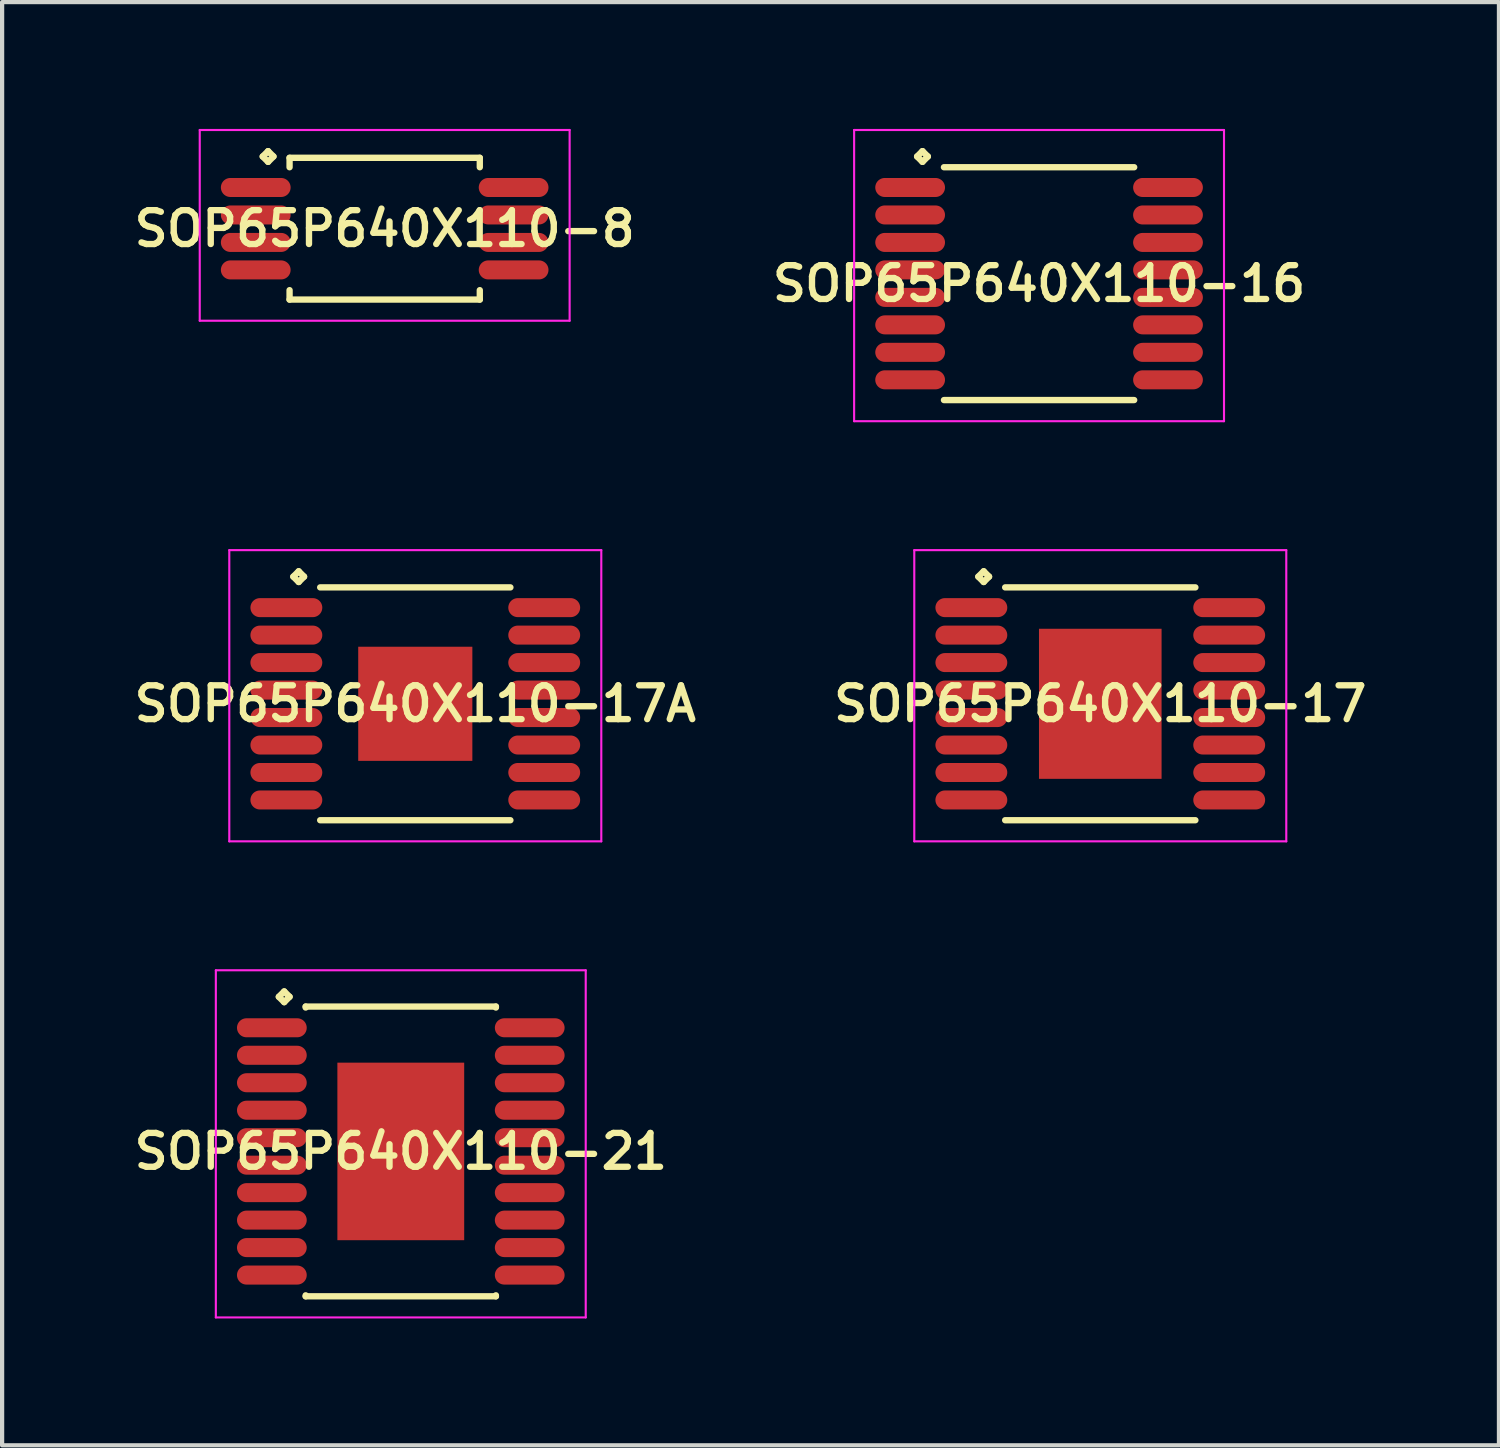
<source format=kicad_pcb>
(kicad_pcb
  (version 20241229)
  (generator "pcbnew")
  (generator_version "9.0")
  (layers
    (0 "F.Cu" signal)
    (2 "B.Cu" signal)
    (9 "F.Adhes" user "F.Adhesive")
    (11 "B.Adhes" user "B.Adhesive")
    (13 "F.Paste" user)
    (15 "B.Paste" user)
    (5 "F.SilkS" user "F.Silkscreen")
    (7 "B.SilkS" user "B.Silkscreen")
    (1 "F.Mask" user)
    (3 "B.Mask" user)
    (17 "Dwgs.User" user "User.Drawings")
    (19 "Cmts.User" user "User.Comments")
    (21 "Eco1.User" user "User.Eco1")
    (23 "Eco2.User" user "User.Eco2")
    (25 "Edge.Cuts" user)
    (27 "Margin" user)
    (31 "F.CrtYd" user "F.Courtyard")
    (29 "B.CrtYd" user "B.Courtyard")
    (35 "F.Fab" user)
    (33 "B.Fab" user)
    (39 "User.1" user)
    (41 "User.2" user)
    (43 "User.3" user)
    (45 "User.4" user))
  (footprint "SOP65P640X110-8"
    (layer "F.Cu")
    (at 6.05 2.36)
    (property "Reference" "SOP65P640X110-8" (at 0 0 0) (layer "F.SilkS") (effects (font (size 0.8 0.8) (thickness 0.15))))
    (attr smd)
    (fp_line (start -2.885 -1.708) (end -2.758 -1.835) (stroke (width 0.15) (type solid)) (layer "F.SilkS"))
    (fp_line (start -2.758 -1.835) (end -2.631 -1.708) (stroke (width 0.15) (type solid)) (layer "F.SilkS"))
    (fp_line (start -2.758 -1.581) (end -2.885 -1.708) (stroke (width 0.15) (type solid)) (layer "F.SilkS"))
    (fp_line (start -2.631 -1.708) (end -2.758 -1.581) (stroke (width 0.15) (type solid)) (layer "F.SilkS"))
    (fp_line (start -2.25 -1.677) (end 2.25 -1.677) (stroke (width 0.15) (type solid)) (layer "F.SilkS"))
    (fp_line (start -2.25 -1.454) (end -2.25 -1.677) (stroke (width 0.15) (type solid)) (layer "F.SilkS"))
    (fp_line (start -2.25 1.454) (end -2.25 1.677) (stroke (width 0.15) (type solid)) (layer "F.SilkS"))
    (fp_line (start -2.25 1.677) (end 2.25 1.677) (stroke (width 0.15) (type solid)) (layer "F.SilkS"))
    (fp_line (start 2.25 -1.677) (end 2.25 -1.454) (stroke (width 0.15) (type solid)) (layer "F.SilkS"))
    (fp_line (start 2.25 1.677) (end 2.25 1.454) (stroke (width 0.15) (type solid)) (layer "F.SilkS"))
    (fp_line (start -4.375 -2.335) (end 4.375 -2.335) (stroke (width 0.05) (type solid)) (layer "F.CrtYd"))
    (fp_line (start -4.375 2.177) (end -4.375 -2.335) (stroke (width 0.05) (type solid)) (layer "F.CrtYd"))
    (fp_line (start 4.375 -2.335) (end 4.375 2.177) (stroke (width 0.05) (type solid)) (layer "F.CrtYd"))
    (fp_line (start 4.375 2.177) (end -4.375 2.177) (stroke (width 0.05) (type solid)) (layer "F.CrtYd"))
    (pad "1" smd oval (at -3.05 -0.975) (size 1.65 0.45) (layers "F.Cu" "F.Mask" "F.Paste"))
    (pad "2" smd oval (at -3.05 -0.325) (size 1.65 0.45) (layers "F.Cu" "F.Mask" "F.Paste"))
    (pad "3" smd oval (at -3.05 0.325) (size 1.65 0.45) (layers "F.Cu" "F.Mask" "F.Paste"))
    (pad "4" smd oval (at -3.05 0.975) (size 1.65 0.45) (layers "F.Cu" "F.Mask" "F.Paste"))
    (pad "5" smd oval (at 3.05 0.975) (size 1.65 0.45) (layers "F.Cu" "F.Mask" "F.Paste"))
    (pad "6" smd oval (at 3.05 0.325) (size 1.65 0.45) (layers "F.Cu" "F.Mask" "F.Paste"))
    (pad "7" smd oval (at 3.05 -0.325) (size 1.65 0.45) (layers "F.Cu" "F.Mask" "F.Paste"))
    (pad "8" smd oval (at 3.05 -0.975) (size 1.65 0.45) (layers "F.Cu" "F.Mask" "F.Paste")))
  (footprint "SOP65P640X110-21"
    (layer "F.Cu")
    (at 6.431 24.188)
    (property "Reference" "SOP65P640X110-21" (at 0 0 0) (layer "F.SilkS") (effects (font (size 0.8 0.8) (thickness 0.15))))
    (attr smd)
    (fp_line (start -2.885 -3.658) (end -2.758 -3.785) (stroke (width 0.15) (type solid)) (layer "F.SilkS"))
    (fp_line (start -2.758 -3.785) (end -2.631 -3.658) (stroke (width 0.15) (type solid)) (layer "F.SilkS"))
    (fp_line (start -2.758 -3.531) (end -2.885 -3.658) (stroke (width 0.15) (type solid)) (layer "F.SilkS"))
    (fp_line (start -2.631 -3.658) (end -2.758 -3.531) (stroke (width 0.15) (type solid)) (layer "F.SilkS"))
    (fp_line (start -2.25 -3.427) (end 2.25 -3.427) (stroke (width 0.15) (type solid)) (layer "F.SilkS"))
    (fp_line (start -2.25 -3.404) (end -2.25 -3.427) (stroke (width 0.15) (type solid)) (layer "F.SilkS"))
    (fp_line (start -2.25 3.404) (end -2.25 3.427) (stroke (width 0.15) (type solid)) (layer "F.SilkS"))
    (fp_line (start -2.25 3.427) (end 2.25 3.427) (stroke (width 0.15) (type solid)) (layer "F.SilkS"))
    (fp_line (start 2.25 -3.427) (end 2.25 -3.404) (stroke (width 0.15) (type solid)) (layer "F.SilkS"))
    (fp_line (start 2.25 3.427) (end 2.25 3.404) (stroke (width 0.15) (type solid)) (layer "F.SilkS"))
    (fp_line (start -4.375 -4.285) (end 4.375 -4.285) (stroke (width 0.05) (type solid)) (layer "F.CrtYd"))
    (fp_line (start -4.375 3.927) (end -4.375 -4.285) (stroke (width 0.05) (type solid)) (layer "F.CrtYd"))
    (fp_line (start 4.375 -4.285) (end 4.375 3.927) (stroke (width 0.05) (type solid)) (layer "F.CrtYd"))
    (fp_line (start 4.375 3.927) (end -4.375 3.927) (stroke (width 0.05) (type solid)) (layer "F.CrtYd"))
    (pad "1" smd oval (at -3.05 -2.925) (size 1.65 0.45) (layers "F.Cu" "F.Mask" "F.Paste"))
    (pad "2" smd oval (at -3.05 -2.275) (size 1.65 0.45) (layers "F.Cu" "F.Mask" "F.Paste"))
    (pad "3" smd oval (at -3.05 -1.625) (size 1.65 0.45) (layers "F.Cu" "F.Mask" "F.Paste"))
    (pad "4" smd oval (at -3.05 -0.975) (size 1.65 0.45) (layers "F.Cu" "F.Mask" "F.Paste"))
    (pad "5" smd oval (at -3.05 -0.325) (size 1.65 0.45) (layers "F.Cu" "F.Mask" "F.Paste"))
    (pad "6" smd oval (at -3.05 0.325) (size 1.65 0.45) (layers "F.Cu" "F.Mask" "F.Paste"))
    (pad "7" smd oval (at -3.05 0.975) (size 1.65 0.45) (layers "F.Cu" "F.Mask" "F.Paste"))
    (pad "8" smd oval (at -3.05 1.625) (size 1.65 0.45) (layers "F.Cu" "F.Mask" "F.Paste"))
    (pad "9" smd oval (at -3.05 2.275) (size 1.65 0.45) (layers "F.Cu" "F.Mask" "F.Paste"))
    (pad "10" smd oval (at -3.05 2.925) (size 1.65 0.45) (layers "F.Cu" "F.Mask" "F.Paste"))
    (pad "11" smd oval (at 3.05 2.925) (size 1.65 0.45) (layers "F.Cu" "F.Mask" "F.Paste"))
    (pad "12" smd oval (at 3.05 2.275) (size 1.65 0.45) (layers "F.Cu" "F.Mask" "F.Paste"))
    (pad "13" smd oval (at 3.05 1.625) (size 1.65 0.45) (layers "F.Cu" "F.Mask" "F.Paste"))
    (pad "14" smd oval (at 3.05 0.975) (size 1.65 0.45) (layers "F.Cu" "F.Mask" "F.Paste"))
    (pad "15" smd oval (at 3.05 0.325) (size 1.65 0.45) (layers "F.Cu" "F.Mask" "F.Paste"))
    (pad "16" smd oval (at 3.05 -0.325) (size 1.65 0.45) (layers "F.Cu" "F.Mask" "F.Paste"))
    (pad "17" smd oval (at 3.05 -0.975) (size 1.65 0.45) (layers "F.Cu" "F.Mask" "F.Paste"))
    (pad "18" smd oval (at 3.05 -1.625) (size 1.65 0.45) (layers "F.Cu" "F.Mask" "F.Paste"))
    (pad "19" smd oval (at 3.05 -2.275) (size 1.65 0.45) (layers "F.Cu" "F.Mask" "F.Paste"))
    (pad "20" smd oval (at 3.05 -2.925) (size 1.65 0.45) (layers "F.Cu" "F.Mask" "F.Paste"))
    (pad "21" smd rect (at 0 0) (size 3 4.2) (layers "F.Cu" "F.Mask" "F.Paste")))
  (footprint "SOP65P640X110-17"
    (layer "F.Cu")
    (at 22.978 13.599)
    (property "Reference" "SOP65P640X110-17" (at 0 0 0) (layer "F.SilkS") (effects (font (size 0.8 0.8) (thickness 0.15))))
    (attr smd)
    (fp_line (start -2.885 -3.008) (end -2.758 -3.135) (stroke (width 0.15) (type solid)) (layer "F.SilkS"))
    (fp_line (start -2.758 -3.135) (end -2.631 -3.008) (stroke (width 0.15) (type solid)) (layer "F.SilkS"))
    (fp_line (start -2.758 -2.881) (end -2.885 -3.008) (stroke (width 0.15) (type solid)) (layer "F.SilkS"))
    (fp_line (start -2.631 -3.008) (end -2.758 -2.881) (stroke (width 0.15) (type solid)) (layer "F.SilkS"))
    (fp_line (start -2.25 -2.754) (end 2.25 -2.754) (stroke (width 0.15) (type solid)) (layer "F.SilkS"))
    (fp_line (start -2.25 2.754) (end 2.25 2.754) (stroke (width 0.15) (type solid)) (layer "F.SilkS"))
    (fp_line (start -4.4 -3.635) (end 4.4 -3.635) (stroke (width 0.05) (type solid)) (layer "F.CrtYd"))
    (fp_line (start -4.4 3.254) (end -4.4 -3.635) (stroke (width 0.05) (type solid)) (layer "F.CrtYd"))
    (fp_line (start 4.4 -3.635) (end 4.4 3.254) (stroke (width 0.05) (type solid)) (layer "F.CrtYd"))
    (fp_line (start 4.4 3.254) (end -4.4 3.254) (stroke (width 0.05) (type solid)) (layer "F.CrtYd"))
    (pad "1" smd oval (at -3.05 -2.275) (size 1.7 0.45) (layers "F.Cu" "F.Mask" "F.Paste"))
    (pad "2" smd oval (at -3.05 -1.625) (size 1.7 0.45) (layers "F.Cu" "F.Mask" "F.Paste"))
    (pad "3" smd oval (at -3.05 -0.975) (size 1.7 0.45) (layers "F.Cu" "F.Mask" "F.Paste"))
    (pad "4" smd oval (at -3.05 -0.325) (size 1.7 0.45) (layers "F.Cu" "F.Mask" "F.Paste"))
    (pad "5" smd oval (at -3.05 0.325) (size 1.7 0.45) (layers "F.Cu" "F.Mask" "F.Paste"))
    (pad "6" smd oval (at -3.05 0.975) (size 1.7 0.45) (layers "F.Cu" "F.Mask" "F.Paste"))
    (pad "7" smd oval (at -3.05 1.625) (size 1.7 0.45) (layers "F.Cu" "F.Mask" "F.Paste"))
    (pad "8" smd oval (at -3.05 2.275) (size 1.7 0.45) (layers "F.Cu" "F.Mask" "F.Paste"))
    (pad "9" smd oval (at 3.05 2.275) (size 1.7 0.45) (layers "F.Cu" "F.Mask" "F.Paste"))
    (pad "10" smd oval (at 3.05 1.625) (size 1.7 0.45) (layers "F.Cu" "F.Mask" "F.Paste"))
    (pad "11" smd oval (at 3.05 0.975) (size 1.7 0.45) (layers "F.Cu" "F.Mask" "F.Paste"))
    (pad "12" smd oval (at 3.05 0.325) (size 1.7 0.45) (layers "F.Cu" "F.Mask" "F.Paste"))
    (pad "13" smd oval (at 3.05 -0.325) (size 1.7 0.45) (layers "F.Cu" "F.Mask" "F.Paste"))
    (pad "14" smd oval (at 3.05 -0.975) (size 1.7 0.45) (layers "F.Cu" "F.Mask" "F.Paste"))
    (pad "15" smd oval (at 3.05 -1.625) (size 1.7 0.45) (layers "F.Cu" "F.Mask" "F.Paste"))
    (pad "16" smd oval (at 3.05 -2.275) (size 1.7 0.45) (layers "F.Cu" "F.Mask" "F.Paste"))
    (pad "17" smd rect (at 0 0) (size 2.9 3.55) (layers "F.Cu" "F.Mask" "F.Paste")))
  (footprint "SOP65P640X110-17A"
    (layer "F.Cu")
    (at 6.774 13.599)
    (property "Reference" "SOP65P640X110-17A" (at 0 0 0) (layer "F.SilkS") (effects (font (size 0.8 0.8) (thickness 0.15))))
    (attr smd)
    (fp_line (start -2.885 -3.008) (end -2.758 -3.135) (stroke (width 0.15) (type solid)) (layer "F.SilkS"))
    (fp_line (start -2.758 -3.135) (end -2.631 -3.008) (stroke (width 0.15) (type solid)) (layer "F.SilkS"))
    (fp_line (start -2.758 -2.881) (end -2.885 -3.008) (stroke (width 0.15) (type solid)) (layer "F.SilkS"))
    (fp_line (start -2.631 -3.008) (end -2.758 -2.881) (stroke (width 0.15) (type solid)) (layer "F.SilkS"))
    (fp_line (start -2.25 -2.754) (end 2.25 -2.754) (stroke (width 0.15) (type solid)) (layer "F.SilkS"))
    (fp_line (start -2.25 2.754) (end 2.25 2.754) (stroke (width 0.15) (type solid)) (layer "F.SilkS"))
    (fp_line (start -4.4 -3.635) (end 4.4 -3.635) (stroke (width 0.05) (type solid)) (layer "F.CrtYd"))
    (fp_line (start -4.4 3.254) (end -4.4 -3.635) (stroke (width 0.05) (type solid)) (layer "F.CrtYd"))
    (fp_line (start 4.4 -3.635) (end 4.4 3.254) (stroke (width 0.05) (type solid)) (layer "F.CrtYd"))
    (fp_line (start 4.4 3.254) (end -4.4 3.254) (stroke (width 0.05) (type solid)) (layer "F.CrtYd"))
    (pad "1" smd oval (at -3.05 -2.275) (size 1.7 0.45) (layers "F.Cu" "F.Mask" "F.Paste"))
    (pad "2" smd oval (at -3.05 -1.625) (size 1.7 0.45) (layers "F.Cu" "F.Mask" "F.Paste"))
    (pad "3" smd oval (at -3.05 -0.975) (size 1.7 0.45) (layers "F.Cu" "F.Mask" "F.Paste"))
    (pad "4" smd oval (at -3.05 -0.325) (size 1.7 0.45) (layers "F.Cu" "F.Mask" "F.Paste"))
    (pad "5" smd oval (at -3.05 0.325) (size 1.7 0.45) (layers "F.Cu" "F.Mask" "F.Paste"))
    (pad "6" smd oval (at -3.05 0.975) (size 1.7 0.45) (layers "F.Cu" "F.Mask" "F.Paste"))
    (pad "7" smd oval (at -3.05 1.625) (size 1.7 0.45) (layers "F.Cu" "F.Mask" "F.Paste"))
    (pad "8" smd oval (at -3.05 2.275) (size 1.7 0.45) (layers "F.Cu" "F.Mask" "F.Paste"))
    (pad "9" smd oval (at 3.05 2.275) (size 1.7 0.45) (layers "F.Cu" "F.Mask" "F.Paste"))
    (pad "10" smd oval (at 3.05 1.625) (size 1.7 0.45) (layers "F.Cu" "F.Mask" "F.Paste"))
    (pad "11" smd oval (at 3.05 0.975) (size 1.7 0.45) (layers "F.Cu" "F.Mask" "F.Paste"))
    (pad "12" smd oval (at 3.05 0.325) (size 1.7 0.45) (layers "F.Cu" "F.Mask" "F.Paste"))
    (pad "13" smd oval (at 3.05 -0.325) (size 1.7 0.45) (layers "F.Cu" "F.Mask" "F.Paste"))
    (pad "14" smd oval (at 3.05 -0.975) (size 1.7 0.45) (layers "F.Cu" "F.Mask" "F.Paste"))
    (pad "15" smd oval (at 3.05 -1.625) (size 1.7 0.45) (layers "F.Cu" "F.Mask" "F.Paste"))
    (pad "16" smd oval (at 3.05 -2.275) (size 1.7 0.45) (layers "F.Cu" "F.Mask" "F.Paste"))
    (pad "17" smd rect (at 0 0) (size 2.7 2.7) (layers "F.Cu" "F.Mask" "F.Paste")))
  (footprint "SOP65P640X110-16"
    (layer "F.Cu")
    (at 21.53 3.66)
    (property "Reference" "SOP65P640X110-16" (at 0 0 0) (layer "F.SilkS") (effects (font (size 0.8 0.8) (thickness 0.15))))
    (attr smd)
    (fp_line (start -2.885 -3.008) (end -2.758 -3.135) (stroke (width 0.15) (type solid)) (layer "F.SilkS"))
    (fp_line (start -2.758 -3.135) (end -2.631 -3.008) (stroke (width 0.15) (type solid)) (layer "F.SilkS"))
    (fp_line (start -2.758 -2.881) (end -2.885 -3.008) (stroke (width 0.15) (type solid)) (layer "F.SilkS"))
    (fp_line (start -2.631 -3.008) (end -2.758 -2.881) (stroke (width 0.15) (type solid)) (layer "F.SilkS"))
    (fp_line (start -2.25 -2.754) (end 2.25 -2.754) (stroke (width 0.15) (type solid)) (layer "F.SilkS"))
    (fp_line (start -2.25 2.754) (end 2.25 2.754) (stroke (width 0.15) (type solid)) (layer "F.SilkS"))
    (fp_line (start -4.375 -3.635) (end 4.375 -3.635) (stroke (width 0.05) (type solid)) (layer "F.CrtYd"))
    (fp_line (start -4.375 3.254) (end -4.375 -3.635) (stroke (width 0.05) (type solid)) (layer "F.CrtYd"))
    (fp_line (start 4.375 -3.635) (end 4.375 3.254) (stroke (width 0.05) (type solid)) (layer "F.CrtYd"))
    (fp_line (start 4.375 3.254) (end -4.375 3.254) (stroke (width 0.05) (type solid)) (layer "F.CrtYd"))
    (pad "1" smd oval (at -3.05 -2.275) (size 1.65 0.45) (layers "F.Cu" "F.Mask" "F.Paste"))
    (pad "2" smd oval (at -3.05 -1.625) (size 1.65 0.45) (layers "F.Cu" "F.Mask" "F.Paste"))
    (pad "3" smd oval (at -3.05 -0.975) (size 1.65 0.45) (layers "F.Cu" "F.Mask" "F.Paste"))
    (pad "4" smd oval (at -3.05 -0.325) (size 1.65 0.45) (layers "F.Cu" "F.Mask" "F.Paste"))
    (pad "5" smd oval (at -3.05 0.325) (size 1.65 0.45) (layers "F.Cu" "F.Mask" "F.Paste"))
    (pad "6" smd oval (at -3.05 0.975) (size 1.65 0.45) (layers "F.Cu" "F.Mask" "F.Paste"))
    (pad "7" smd oval (at -3.05 1.625) (size 1.65 0.45) (layers "F.Cu" "F.Mask" "F.Paste"))
    (pad "8" smd oval (at -3.05 2.275) (size 1.65 0.45) (layers "F.Cu" "F.Mask" "F.Paste"))
    (pad "9" smd oval (at 3.05 2.275) (size 1.65 0.45) (layers "F.Cu" "F.Mask" "F.Paste"))
    (pad "10" smd oval (at 3.05 1.625) (size 1.65 0.45) (layers "F.Cu" "F.Mask" "F.Paste"))
    (pad "11" smd oval (at 3.05 0.975) (size 1.65 0.45) (layers "F.Cu" "F.Mask" "F.Paste"))
    (pad "12" smd oval (at 3.05 0.325) (size 1.65 0.45) (layers "F.Cu" "F.Mask" "F.Paste"))
    (pad "13" smd oval (at 3.05 -0.325) (size 1.65 0.45) (layers "F.Cu" "F.Mask" "F.Paste"))
    (pad "14" smd oval (at 3.05 -0.975) (size 1.65 0.45) (layers "F.Cu" "F.Mask" "F.Paste"))
    (pad "15" smd oval (at 3.05 -1.625) (size 1.65 0.45) (layers "F.Cu" "F.Mask" "F.Paste"))
    (pad "16" smd oval (at 3.05 -2.275) (size 1.65 0.45) (layers "F.Cu" "F.Mask" "F.Paste")))
  (gr_rect
    (start -3 -3)
    (end 32.409 31.14)
    (stroke (width 0.1) (type default))
    (fill no)
    (layer "Edge.Cuts")))
</source>
